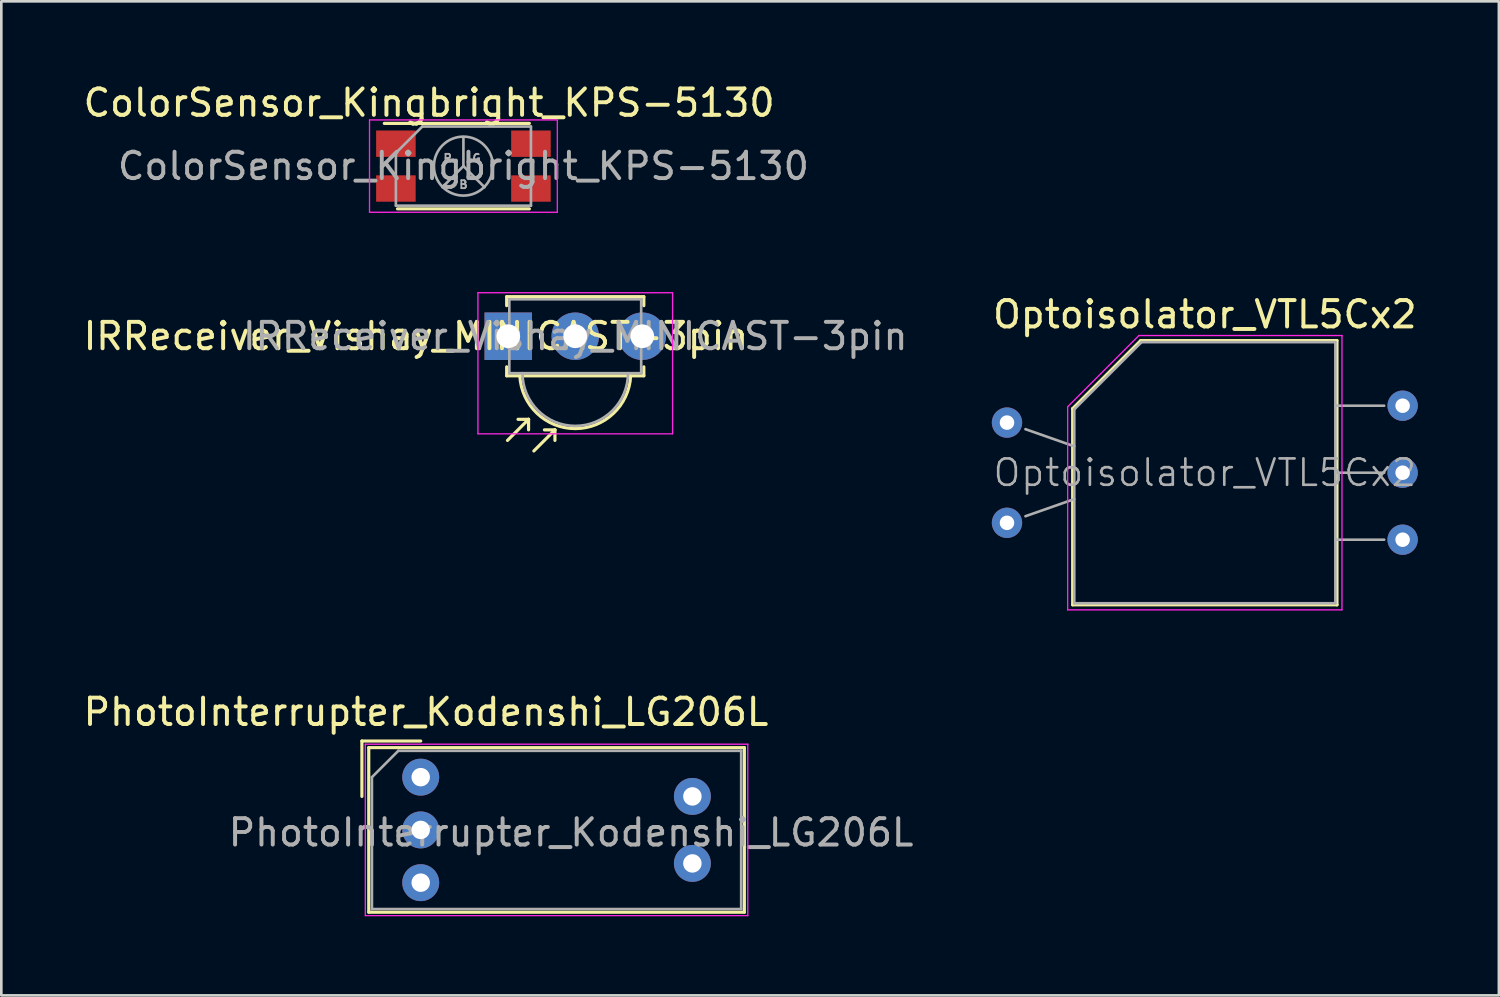
<source format=kicad_pcb>
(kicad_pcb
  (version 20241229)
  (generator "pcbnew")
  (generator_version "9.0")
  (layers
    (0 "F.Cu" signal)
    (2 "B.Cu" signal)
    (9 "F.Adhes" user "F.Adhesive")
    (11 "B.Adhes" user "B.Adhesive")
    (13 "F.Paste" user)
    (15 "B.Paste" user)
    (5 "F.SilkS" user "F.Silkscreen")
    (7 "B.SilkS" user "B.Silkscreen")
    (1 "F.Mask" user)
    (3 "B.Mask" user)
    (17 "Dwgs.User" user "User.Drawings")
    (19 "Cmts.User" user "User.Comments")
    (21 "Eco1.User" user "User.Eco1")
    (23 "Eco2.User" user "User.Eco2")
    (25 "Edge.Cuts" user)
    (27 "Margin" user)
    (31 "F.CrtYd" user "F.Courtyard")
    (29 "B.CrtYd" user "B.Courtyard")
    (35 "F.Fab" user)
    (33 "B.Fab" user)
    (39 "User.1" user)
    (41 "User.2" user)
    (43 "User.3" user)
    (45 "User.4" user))
  (footprint "Optoisolator_VTL5Cx2"
    (layer "F.Cu")
    (at 35.129 12.972)
    (property "Reference" "Optoisolator_VTL5Cx2" (at 7.5 -4.1 0) (layer "F.SilkS") (effects (font (size 1 1) (thickness 0.15))))
    (attr through_hole)
    (fp_line (start 2.49 -0.53) (end 2.49 6.91) (stroke (width 0.12) (type solid)) (layer "F.SilkS"))
    (fp_line (start 2.49 6.91) (end 12.51 6.91) (stroke (width 0.12) (type solid)) (layer "F.SilkS"))
    (fp_line (start 5.07 -3.11) (end 2.49 -0.53) (stroke (width 0.12) (type solid)) (layer "F.SilkS"))
    (fp_line (start 12.51 -3.11) (end 5.07 -3.11) (stroke (width 0.12) (type solid)) (layer "F.SilkS"))
    (fp_line (start 12.51 6.91) (end 12.51 -3.11) (stroke (width 0.12) (type solid)) (layer "F.SilkS"))
    (fp_line (start 2.3 -0.6) (end 5 -3.3) (stroke (width 0.05) (type solid)) (layer "F.CrtYd"))
    (fp_line (start 2.3 7.1) (end 2.3 -0.6) (stroke (width 0.05) (type solid)) (layer "F.CrtYd"))
    (fp_line (start 5 -3.3) (end 12.7 -3.3) (stroke (width 0.05) (type solid)) (layer "F.CrtYd"))
    (fp_line (start 12.7 -3.3) (end 12.7 7.1) (stroke (width 0.05) (type solid)) (layer "F.CrtYd"))
    (fp_line (start 12.7 7.1) (end 2.3 7.1) (stroke (width 0.05) (type solid)) (layer "F.CrtYd"))
    (fp_line (start 0.7 0.25) (end 2.55 0.9) (stroke (width 0.1) (type solid)) (layer "F.Fab"))
    (fp_line (start 0.7 3.55) (end 2.55 2.9) (stroke (width 0.1) (type solid)) (layer "F.Fab"))
    (fp_line (start 2.55 6.85) (end 2.55 -0.5) (stroke (width 0.1) (type solid)) (layer "F.Fab"))
    (fp_line (start 5.1 -3.05) (end 2.55 -0.5) (stroke (width 0.1) (type solid)) (layer "F.Fab"))
    (fp_line (start 5.1 -3.05) (end 12.45 -3.05) (stroke (width 0.1) (type solid)) (layer "F.Fab"))
    (fp_line (start 12.45 -3.05) (end 12.45 6.85) (stroke (width 0.1) (type solid)) (layer "F.Fab"))
    (fp_line (start 12.45 6.85) (end 2.55 6.85) (stroke (width 0.1) (type solid)) (layer "F.Fab"))
    (fp_line (start 14.3 -0.64) (end 12.45 -0.64) (stroke (width 0.1) (type solid)) (layer "F.Fab"))
    (fp_line (start 14.3 1.9) (end 12.45 1.9) (stroke (width 0.1) (type solid)) (layer "F.Fab"))
    (fp_line (start 14.3 4.44) (end 12.45 4.44) (stroke (width 0.1) (type solid)) (layer "F.Fab"))
    (fp_text user "${REFERENCE}" (at 7.5 1.9 0) (layer "F.Fab") (effects (font (size 1 1) (thickness 0.1))))
    (pad "1" thru_hole circle (at 0 0) (size 1.15 1.15) (drill 0.55) (layers "*.Cu" "*.Mask"))
    (pad "2" thru_hole circle (at 0 3.8) (size 1.15 1.15) (drill 0.55) (layers "*.Cu" "*.Mask"))
    (pad "3" thru_hole circle (at 15 -0.64) (size 1.15 1.15) (drill 0.55) (layers "*.Cu" "*.Mask"))
    (pad "4" thru_hole circle (at 15 1.9) (size 1.15 1.15) (drill 0.55) (layers "*.Cu" "*.Mask"))
    (pad "5" thru_hole circle (at 15 4.44) (size 1.15 1.15) (drill 0.55) (layers "*.Cu" "*.Mask")))
  (footprint "PhotoInterrupter_Kodenshi_LG206L"
    (layer "F.Cu")
    (at 12.901 26.415)
    (property "Reference" "PhotoInterrupter_Kodenshi_LG206L" (at 0.2 -2.47 0) (layer "F.SilkS") (effects (font (size 1 1) (thickness 0.15))))
    (attr through_hole)
    (fp_line (start -2.23 -1.37) (end 0 -1.37) (stroke (width 0.12) (type solid)) (layer "F.SilkS"))
    (fp_line (start -2.23 0.73) (end -2.23 -1.37) (stroke (width 0.12) (type solid)) (layer "F.SilkS"))
    (fp_line (start -1.97 -1.12) (end 12.27 -1.12) (stroke (width 0.12) (type solid)) (layer "F.SilkS"))
    (fp_line (start -1.97 5.12) (end -1.97 -1.12) (stroke (width 0.12) (type solid)) (layer "F.SilkS"))
    (fp_line (start 12.27 -1.12) (end 12.27 5.12) (stroke (width 0.12) (type solid)) (layer "F.SilkS"))
    (fp_line (start 12.27 5.12) (end -1.97 5.12) (stroke (width 0.12) (type solid)) (layer "F.SilkS"))
    (fp_line (start -2.1 -1.25) (end 12.4 -1.25) (stroke (width 0.05) (type solid)) (layer "F.CrtYd"))
    (fp_line (start -2.1 5.25) (end -2.1 -1.25) (stroke (width 0.05) (type solid)) (layer "F.CrtYd"))
    (fp_line (start 12.4 -1.25) (end 12.4 5.25) (stroke (width 0.05) (type solid)) (layer "F.CrtYd"))
    (fp_line (start 12.4 5.25) (end -2.1 5.25) (stroke (width 0.05) (type solid)) (layer "F.CrtYd"))
    (fp_line (start -1.85 0) (end -0.85 -1) (stroke (width 0.1) (type solid)) (layer "F.Fab"))
    (fp_line (start -1.85 5) (end -1.85 0) (stroke (width 0.1) (type solid)) (layer "F.Fab"))
    (fp_line (start -1.85 5) (end 12.15 5) (stroke (width 0.1) (type solid)) (layer "F.Fab"))
    (fp_line (start -0.85 -1) (end 12.15 -1) (stroke (width 0.1) (type solid)) (layer "F.Fab"))
    (fp_line (start 12.15 -1) (end 12.15 5) (stroke (width 0.1) (type solid)) (layer "F.Fab"))
    (fp_text user "${REFERENCE}" (at 5.7 2.1 0) (layer "F.Fab") (effects (font (size 1 1) (thickness 0.15))))
    (pad "1" thru_hole circle (at 0 0) (size 1.4 1.4) (drill 0.7) (layers "*.Cu" "*.Mask"))
    (pad "2" thru_hole circle (at 0 2) (size 1.4 1.4) (drill 0.7) (layers "*.Cu" "*.Mask"))
    (pad "3" thru_hole circle (at 0 4) (size 1.4 1.4) (drill 0.7) (layers "*.Cu" "*.Mask"))
    (pad "4" thru_hole circle (at 10.3 3.27) (size 1.4 1.4) (drill 0.7) (layers "*.Cu" "*.Mask"))
    (pad "5" thru_hole circle (at 10.3 0.73) (size 1.4 1.4) (drill 0.7) (layers "*.Cu" "*.Mask")))
  (footprint "IRReceiver_Vishay_MINICAST-3pin"
    (layer "F.Cu")
    (at 16.22 9.698)
    (property "Reference" "IRReceiver_Vishay_MINICAST-3pin" (at -3.5 0 180) (layer "F.SilkS") (effects (font (size 1 1) (thickness 0.15))))
    (attr through_hole)
    (fp_line (start -0.06 -1.5) (end -0.06 -1.16) (stroke (width 0.12) (type solid)) (layer "F.SilkS"))
    (fp_line (start -0.06 1.5) (end -0.06 1.16) (stroke (width 0.12) (type solid)) (layer "F.SilkS"))
    (fp_line (start 0.77 3.15) (end -0.03 3.95) (stroke (width 0.12) (type solid)) (layer "F.SilkS"))
    (fp_line (start 0.77 3.15) (end 0.37 3.15) (stroke (width 0.12) (type solid)) (layer "F.SilkS"))
    (fp_line (start 0.77 3.15) (end 0.77 3.55) (stroke (width 0.12) (type solid)) (layer "F.SilkS"))
    (fp_line (start 1.77 3.55) (end 0.97 4.35) (stroke (width 0.12) (type solid)) (layer "F.SilkS"))
    (fp_line (start 1.77 3.55) (end 1.37 3.55) (stroke (width 0.12) (type solid)) (layer "F.SilkS"))
    (fp_line (start 1.77 3.55) (end 1.77 3.95) (stroke (width 0.12) (type solid)) (layer "F.SilkS"))
    (fp_line (start 5.14 -1.5) (end -0.06 -1.5) (stroke (width 0.12) (type solid)) (layer "F.SilkS"))
    (fp_line (start 5.14 -1.16) (end 5.14 -1.5) (stroke (width 0.12) (type solid)) (layer "F.SilkS"))
    (fp_line (start 5.14 1.16) (end 5.14 1.5) (stroke (width 0.12) (type solid)) (layer "F.SilkS"))
    (fp_line (start 5.14 1.5) (end -0.06 1.5) (stroke (width 0.12) (type solid)) (layer "F.SilkS"))
    (fp_arc (start 4.64 1.5) (mid 2.540869 3.502379) (end 0.440083 1.501736) (stroke (width 0.12) (type solid)) (layer "F.SilkS"))
    (fp_line (start -1.15 -1.65) (end -1.15 3.7) (stroke (width 0.05) (type solid)) (layer "F.CrtYd"))
    (fp_line (start -1.15 -1.65) (end 6.23 -1.65) (stroke (width 0.05) (type solid)) (layer "F.CrtYd"))
    (fp_line (start 6.23 3.7) (end -1.15 3.7) (stroke (width 0.05) (type solid)) (layer "F.CrtYd"))
    (fp_line (start 6.23 3.7) (end 6.23 -1.65) (stroke (width 0.05) (type solid)) (layer "F.CrtYd"))
    (fp_line (start 0.04 -1.4) (end 5.04 -1.4) (stroke (width 0.1) (type solid)) (layer "F.Fab"))
    (fp_line (start 0.04 1.4) (end 0.04 -1.4) (stroke (width 0.1) (type solid)) (layer "F.Fab"))
    (fp_line (start 5.04 -1.4) (end 5.04 1.4) (stroke (width 0.1) (type solid)) (layer "F.Fab"))
    (fp_line (start 5.04 1.4) (end 0.04 1.4) (stroke (width 0.1) (type solid)) (layer "F.Fab"))
    (fp_arc (start 4.54 1.4) (mid 2.54 3.4) (end 0.54 1.4) (stroke (width 0.1) (type solid)) (layer "F.Fab"))
    (fp_text user "${REFERENCE}" (at 2.54 0 0) (layer "F.Fab") (effects (font (size 1 1) (thickness 0.15))))
    (pad "1" thru_hole rect (at 0 0) (size 1.8 1.8) (drill 0.9) (layers "*.Cu" "*.Mask"))
    (pad "2" thru_hole circle (at 2.54 0) (size 1.8 1.8) (drill 0.9) (layers "*.Cu" "*.Mask"))
    (pad "3" thru_hole circle (at 5.08 0) (size 1.8 1.8) (drill 0.9) (layers "*.Cu" "*.Mask")))
  (footprint "ColorSensor_Kingbright_KPS-5130"
    (layer "F.Cu")
    (at 14.52 3.248)
    (property "Reference" "ColorSensor_Kingbright_KPS-5130" (at -1.3 -2.4 0) (layer "F.SilkS") (effects (font (size 1 1) (thickness 0.15))))
    (attr smd)
    (fp_line (start -3 -1.62) (end 2.5 -1.62) (stroke (width 0.12) (type solid)) (layer "F.SilkS"))
    (fp_line (start 2.5 1.62) (end -2.5 1.62) (stroke (width 0.12) (type solid)) (layer "F.SilkS"))
    (fp_line (start -3.56 -1.75) (end -3.56 1.75) (stroke (width 0.05) (type solid)) (layer "F.CrtYd"))
    (fp_line (start -3.56 -1.75) (end 3.56 -1.75) (stroke (width 0.05) (type solid)) (layer "F.CrtYd"))
    (fp_line (start 3.56 1.75) (end -3.56 1.75) (stroke (width 0.05) (type solid)) (layer "F.CrtYd"))
    (fp_line (start 3.56 1.75) (end 3.56 -1.75) (stroke (width 0.05) (type solid)) (layer "F.CrtYd"))
    (fp_line (start -2.56 -0.5) (end -2.56 1.5) (stroke (width 0.1) (type solid)) (layer "F.Fab"))
    (fp_line (start -2.56 -0.5) (end -1.56 -1.5) (stroke (width 0.1) (type solid)) (layer "F.Fab"))
    (fp_line (start -2.56 1.5) (end 2.56 1.5) (stroke (width 0.1) (type solid)) (layer "F.Fab"))
    (fp_line (start 0 0) (end -0.8 0.8) (stroke (width 0.1) (type solid)) (layer "F.Fab"))
    (fp_line (start 0 0) (end 0 -1.1) (stroke (width 0.1) (type solid)) (layer "F.Fab"))
    (fp_line (start 0 0) (end 0.8 0.8) (stroke (width 0.1) (type solid)) (layer "F.Fab"))
    (fp_line (start 2.56 -1.5) (end -1.56 -1.5) (stroke (width 0.1) (type solid)) (layer "F.Fab"))
    (fp_line (start 2.56 1.5) (end 2.56 -1.5) (stroke (width 0.1) (type solid)) (layer "F.Fab"))
    (fp_circle (center 0 0) (end 1 0.5) (stroke (width 0.1) (type solid)) (fill no) (layer "F.Fab"))
    (fp_text user "R" (at -0.6 -0.3 0) (layer "F.Fab") (effects (font (size 0.3 0.3) (thickness 0.07))))
    (fp_text user "${REFERENCE}" (at 0 0 0) (layer "F.Fab") (effects (font (size 1 1) (thickness 0.15))))
    (fp_text user "G" (at 0.5 -0.3 0) (layer "F.Fab") (effects (font (size 0.3 0.3) (thickness 0.07))))
    (fp_text user "B" (at 0 0.7 0) (layer "F.Fab") (effects (font (size 0.3 0.3) (thickness 0.07))))
    (pad "1" smd rect (at -2.56 -0.85) (size 1.5 1) (layers "F.Cu" "F.Mask" "F.Paste"))
    (pad "2" smd rect (at 2.56 -0.85) (size 1.5 1) (layers "F.Cu" "F.Mask" "F.Paste"))
    (pad "3" smd rect (at -2.56 0.85) (size 1.5 1) (layers "F.Cu" "F.Mask" "F.Paste"))
    (pad "4" smd rect (at 2.56 0.85) (size 1.5 1) (layers "F.Cu" "F.Mask" "F.Paste")))
  (gr_rect
    (start -3 -3)
    (end 53.778 34.69)
    (stroke (width 0.1) (type default))
    (fill no)
    (layer "Edge.Cuts")))
</source>
